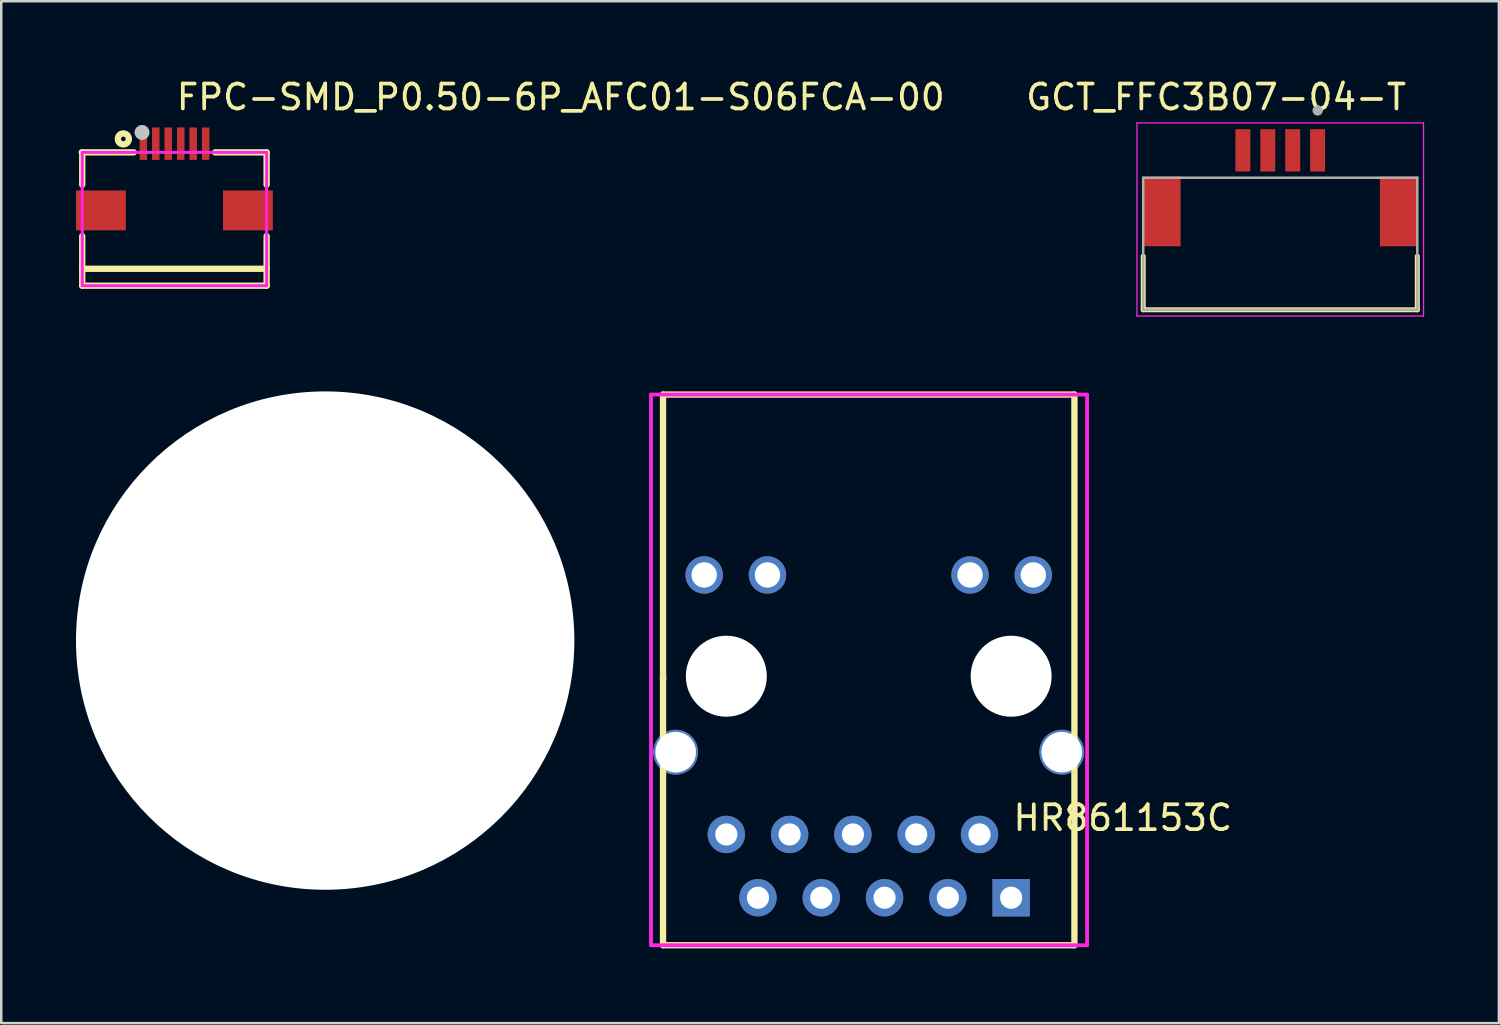
<source format=kicad_pcb>
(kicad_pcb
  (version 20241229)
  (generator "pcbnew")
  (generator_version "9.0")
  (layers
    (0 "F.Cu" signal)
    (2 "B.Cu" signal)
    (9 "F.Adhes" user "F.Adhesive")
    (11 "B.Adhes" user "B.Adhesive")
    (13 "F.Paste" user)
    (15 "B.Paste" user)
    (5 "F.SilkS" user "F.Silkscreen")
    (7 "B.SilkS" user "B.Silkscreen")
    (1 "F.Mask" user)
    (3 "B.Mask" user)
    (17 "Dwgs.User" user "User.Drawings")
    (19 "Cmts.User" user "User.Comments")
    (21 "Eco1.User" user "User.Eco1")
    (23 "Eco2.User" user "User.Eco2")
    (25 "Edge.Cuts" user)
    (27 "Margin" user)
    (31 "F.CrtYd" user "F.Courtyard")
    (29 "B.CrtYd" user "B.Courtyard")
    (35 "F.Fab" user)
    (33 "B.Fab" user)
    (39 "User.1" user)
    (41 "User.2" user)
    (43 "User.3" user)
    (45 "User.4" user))
  (footprint "FPC-SMD_P0.50-6P_AFC01-S06FCA-00"
    (layer "F.Cu")
    (at 3.95 4.055)
    (property "Reference" "FPC-SMD_P0.50-6P_AFC01-S06FCA-00" (at 0 -3.207 0) (layer "F.SilkS") (effects (font (size 1 1) (thickness 0.15)) (justify left)))
    (attr through_hole)
    (fp_line (start -3.7 -0.99) (end -3.7 0.308) (stroke (width 0.254) (type solid)) (layer "F.SilkS"))
    (fp_line (start -3.7 2.37) (end -3.7 4.36) (stroke (width 0.254) (type solid)) (layer "F.SilkS"))
    (fp_line (start -3.7 3.682) (end 3.7 3.682) (stroke (width 0.254) (type solid)) (layer "F.SilkS"))
    (fp_line (start -3.7 4.36) (end 3.7 4.36) (stroke (width 0.254) (type solid)) (layer "F.SilkS"))
    (fp_line (start -1.629 -0.99) (end -3.72 -0.99) (stroke (width 0.254) (type solid)) (layer "F.SilkS"))
    (fp_line (start 3.7 -0.99) (end 1.633 -0.99) (stroke (width 0.254) (type solid)) (layer "F.SilkS"))
    (fp_line (start 3.7 0.308) (end 3.7 -0.99) (stroke (width 0.254) (type solid)) (layer "F.SilkS"))
    (fp_line (start 3.7 4.36) (end 3.7 2.37) (stroke (width 0.254) (type solid)) (layer "F.SilkS"))
    (fp_circle (center -2.05 -1.53) (end -1.83 -1.53) (stroke (width 0.254) (type solid)) (fill no) (layer "F.SilkS"))
    (fp_circle (center -1.3 -1.79) (end -1.15 -1.79) (stroke (width 0.3) (type solid)) (fill no) (layer "Dwgs.User"))
    (fp_circle (center -3.7 -1.739) (end -3.67 -1.739) (stroke (width 0.06) (type solid)) (fill no) (layer "Eco2.User"))
    (fp_poly (pts (xy -2.25 0.791) (xy -2.25 1.791) (xy -3.65 1.791) (xy -3.65 0.791)) (stroke (width 0.12) (type solid)) (fill no) (layer "Eco2.User"))
    (fp_poly (pts (xy -1.148 -0.939) (xy -1.348 -0.939) (xy -1.348 -1.739) (xy -1.148 -1.739)) (stroke (width 0.12) (type solid)) (fill no) (layer "Eco2.User"))
    (fp_poly (pts (xy -0.648 -0.939) (xy -0.848 -0.939) (xy -0.848 -1.739) (xy -0.648 -1.739)) (stroke (width 0.12) (type solid)) (fill no) (layer "Eco2.User"))
    (fp_poly (pts (xy -0.148 -0.939) (xy -0.348 -0.939) (xy -0.348 -1.739) (xy -0.148 -1.739)) (stroke (width 0.12) (type solid)) (fill no) (layer "Eco2.User"))
    (fp_poly (pts (xy 0.352 -0.939) (xy 0.152 -0.939) (xy 0.152 -1.739) (xy 0.352 -1.739)) (stroke (width 0.12) (type solid)) (fill no) (layer "Eco2.User"))
    (fp_poly (pts (xy 0.852 -0.939) (xy 0.652 -0.939) (xy 0.652 -1.739) (xy 0.852 -1.739)) (stroke (width 0.12) (type solid)) (fill no) (layer "Eco2.User"))
    (fp_poly (pts (xy 1.352 -0.939) (xy 1.152 -0.939) (xy 1.152 -1.739) (xy 1.352 -1.739)) (stroke (width 0.12) (type solid)) (fill no) (layer "Eco2.User"))
    (fp_poly (pts (xy 3.65 0.791) (xy 3.65 1.791) (xy 2.25 1.791) (xy 2.25 0.791)) (stroke (width 0.12) (type solid)) (fill no) (layer "Eco2.User"))
    (fp_line (start -3.7 -0.989) (end 3.7 -0.989) (stroke (width 0.12) (type solid)) (layer "F.CrtYd"))
    (fp_line (start -3.7 4.361) (end -3.7 -0.989) (stroke (width 0.12) (type solid)) (layer "F.CrtYd"))
    (fp_line (start 3.7 -0.989) (end 3.7 4.361) (stroke (width 0.12) (type solid)) (layer "F.CrtYd"))
    (fp_line (start 3.7 4.361) (end -3.7 4.361) (stroke (width 0.12) (type solid)) (layer "F.CrtYd"))
    (pad "1" smd rect (at -1.248 -1.339 180) (size 0.3 1.3) (layers "F.Cu" "F.Mask" "F.Paste"))
    (pad "2" smd rect (at -0.748 -1.339 180) (size 0.3 1.3) (layers "F.Cu" "F.Mask" "F.Paste"))
    (pad "3" smd rect (at -0.248 -1.339 180) (size 0.3 1.3) (layers "F.Cu" "F.Mask" "F.Paste"))
    (pad "4" smd rect (at 0.252 -1.339 180) (size 0.3 1.3) (layers "F.Cu" "F.Mask" "F.Paste"))
    (pad "5" smd rect (at 0.752 -1.339 180) (size 0.3 1.3) (layers "F.Cu" "F.Mask" "F.Paste"))
    (pad "6" smd rect (at 1.252 -1.339 180) (size 0.3 1.3) (layers "F.Cu" "F.Mask" "F.Paste"))
    (pad "7" smd rect (at -2.95 1.339 90) (size 1.6 2) (layers "F.Cu" "F.Mask" "F.Paste"))
    (pad "8" smd rect (at 2.95 1.339 90) (size 1.6 2) (layers "F.Cu" "F.Mask" "F.Paste")))
  (footprint "GCT_FFC3B07-04-T"
    (layer "F.Cu")
    (at 48.329 5.433)
    (property "Reference" "GCT_FFC3B07-04-T" (at -2.575 -4.585 0) (layer "F.SilkS") (effects (font (size 1 1) (thickness 0.15))))
    (attr through_hole)
    (fp_line (start -5.5 1.8) (end -5.5 3.95) (stroke (width 0.2) (type solid)) (layer "F.SilkS"))
    (fp_line (start -5.5 3.95) (end 5.5 3.95) (stroke (width 0.2) (type solid)) (layer "F.SilkS"))
    (fp_line (start 5.5 3.95) (end 5.5 1.8) (stroke (width 0.2) (type solid)) (layer "F.SilkS"))
    (fp_circle (center 1.5 -4.05) (end 1.6 -4.05) (stroke (width 0.2) (type solid)) (fill no) (layer "F.SilkS"))
    (fp_line (start -5.75 -3.55) (end -5.75 4.2) (stroke (width 0.05) (type solid)) (layer "F.CrtYd"))
    (fp_line (start -5.75 4.2) (end 5.75 4.2) (stroke (width 0.05) (type solid)) (layer "F.CrtYd"))
    (fp_line (start 5.75 -3.55) (end -5.75 -3.55) (stroke (width 0.05) (type solid)) (layer "F.CrtYd"))
    (fp_line (start 5.75 4.2) (end 5.75 -3.55) (stroke (width 0.05) (type solid)) (layer "F.CrtYd"))
    (fp_line (start -5.5 -1.35) (end 5.5 -1.35) (stroke (width 0.1) (type solid)) (layer "F.Fab"))
    (fp_line (start -5.5 3.95) (end -5.5 -1.35) (stroke (width 0.1) (type solid)) (layer "F.Fab"))
    (fp_line (start 5.5 -1.35) (end 5.5 3.95) (stroke (width 0.1) (type solid)) (layer "F.Fab"))
    (fp_line (start 5.5 3.95) (end -5.5 3.95) (stroke (width 0.1) (type solid)) (layer "F.Fab"))
    (fp_circle (center 1.5 -4.05) (end 1.6 -4.05) (stroke (width 0.2) (type solid)) (fill no) (layer "F.Fab"))
    (pad "1" smd rect (at 1.5 -2.45) (size 0.6 1.7) (layers "F.Cu" "F.Mask" "F.Paste"))
    (pad "2" smd rect (at 0.5 -2.45) (size 0.6 1.7) (layers "F.Cu" "F.Mask" "F.Paste"))
    (pad "3" smd rect (at -0.5 -2.45) (size 0.6 1.7) (layers "F.Cu" "F.Mask" "F.Paste"))
    (pad "4" smd rect (at -1.5 -2.45) (size 0.6 1.7) (layers "F.Cu" "F.Mask" "F.Paste"))
    (pad "S1" smd rect (at 4.75 0) (size 1.5 2.8) (layers "F.Cu" "F.Mask" "F.Paste"))
    (pad "S2" smd rect (at -4.75 0) (size 1.5 2.8) (layers "F.Cu" "F.Mask" "F.Paste")))
  (footprint "HR861153C"
    (layer "F.Cu")
    (at 37.529 32.978)
    (property "Reference" "HR861153C" (at 0 -3.207 0) (layer "F.SilkS") (effects (font (size 1 1) (thickness 0.15)) (justify left)))
    (attr through_hole)
    (fp_line (start -13.97 -20.193) (end -13.97 -8.763) (stroke (width 0.254) (type solid)) (layer "F.SilkS"))
    (fp_line (start -13.97 -8.89) (end -13.97 1.905) (stroke (width 0.254) (type solid)) (layer "F.SilkS"))
    (fp_line (start -13.97 1.905) (end 2.54 1.905) (stroke (width 0.254) (type solid)) (layer "F.SilkS"))
    (fp_line (start 2.54 -20.193) (end -13.97 -20.193) (stroke (width 0.254) (type solid)) (layer "F.SilkS"))
    (fp_line (start 2.54 1.905) (end 2.54 -20.193) (stroke (width 0.254) (type solid)) (layer "F.SilkS"))
    (fp_line (start -14.453 -20.193) (end 3.048 -20.193) (stroke (width 0.152) (type solid)) (layer "F.CrtYd"))
    (fp_line (start -14.453 1.905) (end -14.453 -20.193) (stroke (width 0.152) (type solid)) (layer "F.CrtYd"))
    (fp_line (start 3.048 -20.193) (end 3.048 1.905) (stroke (width 0.152) (type solid)) (layer "F.CrtYd"))
    (fp_line (start 3.048 1.905) (end -14.453 1.905) (stroke (width 0.152) (type solid)) (layer "F.CrtYd"))
    (pad "" thru_hole circle (at -13.462 -5.842) (size 1.8 1.8) (drill 1.63) (layers "*.Cu" "*.Mask"))
    (pad "" np_thru_hole circle (at -11.43 -8.89) (size 3.25 3.25) (drill 3.25) (layers "*.Cu" "*.Mask"))
    (pad "" np_thru_hole circle (at 0 -8.89) (size 3.25 3.25) (drill 3.25) (layers "*.Cu" "*.Mask"))
    (pad "" thru_hole circle (at 2.032 -5.842) (size 1.8 1.8) (drill 1.63) (layers "*.Cu" "*.Mask"))
    (pad "1" thru_hole rect (at 0 0) (size 1.5 1.5) (drill 0.89) (layers "*.Cu" "*.Mask"))
    (pad "2" thru_hole circle (at -1.27 -2.54) (size 1.5 1.5) (drill 0.89) (layers "*.Cu" "*.Mask"))
    (pad "3" thru_hole circle (at -2.54 0) (size 1.5 1.5) (drill 0.89) (layers "*.Cu" "*.Mask"))
    (pad "4" thru_hole circle (at -3.81 -2.54) (size 1.5 1.5) (drill 0.89) (layers "*.Cu" "*.Mask"))
    (pad "5" thru_hole circle (at -5.08 0) (size 1.5 1.5) (drill 0.89) (layers "*.Cu" "*.Mask"))
    (pad "6" thru_hole circle (at -6.35 -2.54) (size 1.5 1.5) (drill 0.89) (layers "*.Cu" "*.Mask"))
    (pad "7" thru_hole circle (at -7.62 0) (size 1.5 1.5) (drill 0.89) (layers "*.Cu" "*.Mask"))
    (pad "8" thru_hole circle (at -8.89 -2.54) (size 1.5 1.5) (drill 0.89) (layers "*.Cu" "*.Mask"))
    (pad "9" thru_hole circle (at -10.16 0) (size 1.5 1.5) (drill 0.89) (layers "*.Cu" "*.Mask"))
    (pad "10" thru_hole circle (at -11.43 -2.54) (size 1.5 1.5) (drill 0.89) (layers "*.Cu" "*.Mask"))
    (pad "11" thru_hole circle (at 0.889 -12.954) (size 1.5 1.5) (drill 1.02) (layers "*.Cu" "*.Mask"))
    (pad "12" thru_hole circle (at -1.651 -12.954) (size 1.5 1.5) (drill 1.02) (layers "*.Cu" "*.Mask"))
    (pad "13" thru_hole circle (at -9.779 -12.954) (size 1.5 1.5) (drill 1.02) (layers "*.Cu" "*.Mask"))
    (pad "14" thru_hole circle (at -12.319 -12.954) (size 1.5 1.5) (drill 1.02) (layers "*.Cu" "*.Mask")))
  (footprint "HOLE-20MM"
    (layer "F.Cu")
    (at 10 22.658)
    (property "Reference" "HOLE-20MM" (at 0 0.5 0) (layer "F.SilkS") (effects (font (size 1 1) (thickness 0.15))))
    (attr through_hole)
    (pad "" np_thru_hole circle (at 0 0) (size 20 20) (drill 20) (layers "*.Cu" "*.Mask")))
  (gr_rect
    (start -3 -3)
    (end 57.104 38.01)
    (stroke (width 0.1) (type default))
    (fill no)
    (layer "Edge.Cuts")))
</source>
